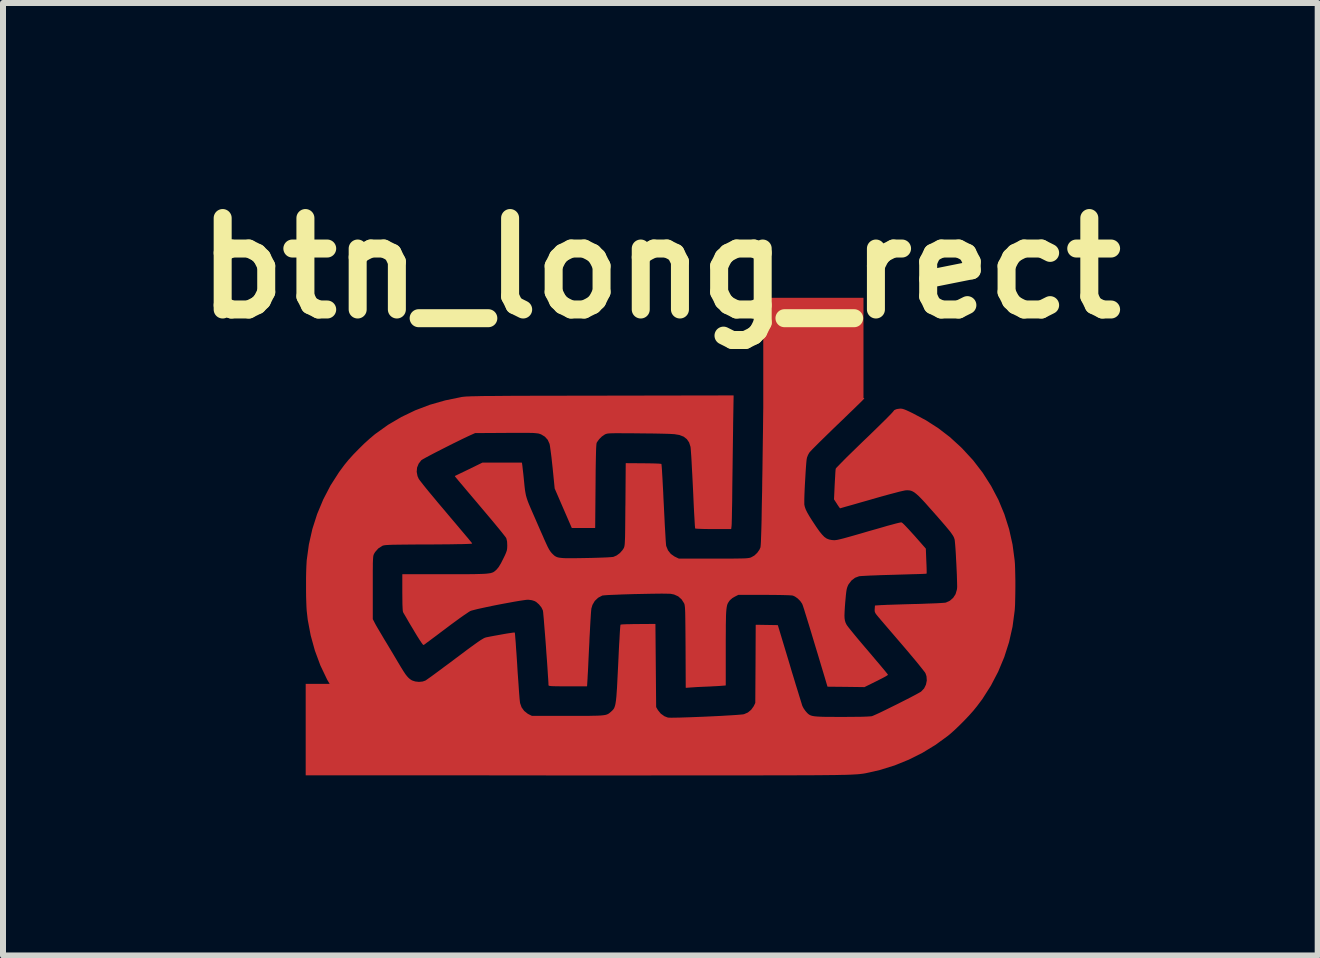
<source format=kicad_pcb>
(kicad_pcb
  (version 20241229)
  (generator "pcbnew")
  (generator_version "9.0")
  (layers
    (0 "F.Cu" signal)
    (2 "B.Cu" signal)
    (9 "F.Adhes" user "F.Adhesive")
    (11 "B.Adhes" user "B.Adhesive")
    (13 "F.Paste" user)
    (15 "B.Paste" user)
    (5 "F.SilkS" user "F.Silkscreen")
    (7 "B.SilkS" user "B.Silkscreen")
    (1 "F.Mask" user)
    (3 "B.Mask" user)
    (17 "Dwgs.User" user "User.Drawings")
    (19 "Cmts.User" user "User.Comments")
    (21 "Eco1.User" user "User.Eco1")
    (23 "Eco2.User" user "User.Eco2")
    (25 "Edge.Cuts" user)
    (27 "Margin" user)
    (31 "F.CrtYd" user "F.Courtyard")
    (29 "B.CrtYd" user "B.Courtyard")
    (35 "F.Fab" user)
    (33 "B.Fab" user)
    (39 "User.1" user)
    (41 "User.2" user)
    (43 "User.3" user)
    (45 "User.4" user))
  (footprint "btn_long_rect"
    (layer "F.Cu")
    (at 7.954 6.708)
    (property "Reference" "btn_long_rect" (at 0 -5.29 0) (layer "F.SilkS") (effects (font (size 1.524 1.524) (thickness 0.3))))
    (attr through_hole)
    (pad "1" smd custom (at -4.41 2.4) (size 3 1.524) (layers "F.Cu" "F.Mask") (options (anchor rect)) (primitives (gr_poly (pts (xy 5.618 -5.099) (xy 5.617 -4.987) (xy 5.615 -4.857) (xy 5.613 -4.714) (xy 5.611 -4.564) (xy 5.609 -4.411) (xy 5.607 -4.26) (xy 5.605 -4.117) (xy 5.604 -4.039) (xy 5.603 -3.923) (xy 5.602 -3.812) (xy 5.6 -3.709) (xy 5.598 -3.616) (xy 5.597 -3.537) (xy 5.595 -3.472) (xy 5.594 -3.426) (xy 5.592 -3.399) (xy 5.592 -3.396) (xy 5.586 -3.347) (xy 5.293 -3.347) (xy 5.213 -3.347) (xy 5.141 -3.348) (xy 5.08 -3.35) (xy 5.033 -3.352) (xy 5.004 -3.354) (xy 4.994 -3.356) (xy 4.993 -3.369) (xy 4.99 -3.403) (xy 4.987 -3.456) (xy 4.983 -3.526) (xy 4.978 -3.61) (xy 4.973 -3.706) (xy 4.968 -3.814) (xy 4.963 -3.929) (xy 4.959 -4.011) (xy 4.953 -4.133) (xy 4.947 -4.25) (xy 4.941 -4.358) (xy 4.936 -4.457) (xy 4.931 -4.543) (xy 4.926 -4.614) (xy 4.922 -4.669) (xy 4.919 -4.704) (xy 4.917 -4.715) (xy 4.894 -4.787) (xy 4.855 -4.844) (xy 4.801 -4.886) (xy 4.729 -4.914) (xy 4.645 -4.928) (xy 4.611 -4.93) (xy 4.558 -4.933) (xy 4.487 -4.935) (xy 4.403 -4.937) (xy 4.307 -4.939) (xy 4.203 -4.94) (xy 4.094 -4.941) (xy 4.035 -4.942) (xy 3.913 -4.943) (xy 3.813 -4.943) (xy 3.731 -4.944) (xy 3.665 -4.944) (xy 3.614 -4.943) (xy 3.575 -4.942) (xy 3.546 -4.94) (xy 3.524 -4.937) (xy 3.509 -4.933) (xy 3.496 -4.929) (xy 3.484 -4.923) (xy 3.479 -4.92) (xy 3.432 -4.888) (xy 3.387 -4.843) (xy 3.353 -4.796) (xy 3.344 -4.78) (xy 3.341 -4.765) (xy 3.338 -4.735) (xy 3.335 -4.688) (xy 3.333 -4.624) (xy 3.331 -4.542) (xy 3.329 -4.44) (xy 3.327 -4.318) (xy 3.326 -4.175) (xy 3.325 -4.057) (xy 3.319 -3.364) (xy 2.938 -3.364) (xy 2.796 -3.691) (xy 2.654 -4.019) (xy 2.62 -4.361) (xy 2.61 -4.451) (xy 2.601 -4.536) (xy 2.591 -4.613) (xy 2.582 -4.679) (xy 2.575 -4.729) (xy 2.569 -4.76) (xy 2.568 -4.764) (xy 2.537 -4.832) (xy 2.488 -4.886) (xy 2.425 -4.924) (xy 2.397 -4.934) (xy 2.379 -4.939) (xy 2.357 -4.942) (xy 2.328 -4.945) (xy 2.292 -4.948) (xy 2.245 -4.949) (xy 2.185 -4.95) (xy 2.11 -4.95) (xy 2.018 -4.95) (xy 1.906 -4.95) (xy 1.828 -4.949) (xy 1.322 -4.946) (xy 1.235 -4.907) (xy 1.177 -4.88) (xy 1.108 -4.847) (xy 1.031 -4.809) (xy 0.949 -4.769) (xy 0.864 -4.726) (xy 0.779 -4.683) (xy 0.697 -4.641) (xy 0.621 -4.602) (xy 0.553 -4.566) (xy 0.497 -4.536) (xy 0.454 -4.512) (xy 0.428 -4.496) (xy 0.423 -4.492) (xy 0.378 -4.434) (xy 0.351 -4.367) (xy 0.345 -4.295) (xy 0.359 -4.222) (xy 0.378 -4.179) (xy 0.391 -4.159) (xy 0.418 -4.124) (xy 0.457 -4.074) (xy 0.506 -4.013) (xy 0.565 -3.941) (xy 0.632 -3.861) (xy 0.704 -3.774) (xy 0.782 -3.682) (xy 0.837 -3.617) (xy 0.915 -3.524) (xy 0.989 -3.437) (xy 1.057 -3.356) (xy 1.118 -3.284) (xy 1.171 -3.221) (xy 1.213 -3.171) (xy 1.244 -3.133) (xy 1.263 -3.11) (xy 1.268 -3.104) (xy 1.257 -3.102) (xy 1.225 -3.1) (xy 1.174 -3.098) (xy 1.105 -3.096) (xy 1.021 -3.095) (xy 0.922 -3.093) (xy 0.812 -3.092) (xy 0.691 -3.091) (xy 0.561 -3.09) (xy 0.546 -3.09) (xy 0.398 -3.09) (xy 0.271 -3.089) (xy 0.163 -3.088) (xy 0.074 -3.087) (xy -0.000052 -3.086) (xy -0.06 -3.085) (xy -0.107 -3.083) (xy -0.143 -3.081) (xy -0.171 -3.079) (xy -0.192 -3.076) (xy -0.207 -3.073) (xy -0.219 -3.069) (xy -0.226 -3.066) (xy -0.293 -3.023) (xy -0.347 -2.962) (xy -0.362 -2.937) (xy -0.368 -2.925) (xy -0.373 -2.913) (xy -0.377 -2.899) (xy -0.38 -2.879) (xy -0.382 -2.853) (xy -0.384 -2.817) (xy -0.386 -2.77) (xy -0.386 -2.71) (xy -0.387 -2.634) (xy -0.387 -2.54) (xy -0.387 -2.426) (xy -0.387 -2.365) (xy -0.387 -1.84) (xy -0.349 -1.767) (xy -0.331 -1.733) (xy -0.303 -1.685) (xy -0.268 -1.626) (xy -0.23 -1.562) (xy -0.198 -1.507) (xy -0.152 -1.432) (xy -0.1 -1.345) (xy -0.046 -1.255) (xy 0.005 -1.169) (xy 0.034 -1.12) (xy 0.083 -1.038) (xy 0.124 -0.972) (xy 0.157 -0.922) (xy 0.186 -0.885) (xy 0.212 -0.857) (xy 0.237 -0.836) (xy 0.263 -0.819) (xy 0.27 -0.815) (xy 0.324 -0.797) (xy 0.387 -0.79) (xy 0.449 -0.796) (xy 0.496 -0.812) (xy 0.513 -0.823) (xy 0.547 -0.847) (xy 0.595 -0.881) (xy 0.655 -0.925) (xy 0.727 -0.978) (xy 0.806 -1.037) (xy 0.893 -1.101) (xy 0.984 -1.169) (xy 0.994 -1.177) (xy 1.1 -1.256) (xy 1.189 -1.323) (xy 1.264 -1.378) (xy 1.325 -1.422) (xy 1.374 -1.457) (xy 1.414 -1.484) (xy 1.445 -1.503) (xy 1.469 -1.517) (xy 1.488 -1.526) (xy 1.504 -1.531) (xy 1.507 -1.532) (xy 1.577 -1.546) (xy 1.651 -1.56) (xy 1.725 -1.573) (xy 1.796 -1.586) (xy 1.86 -1.597) (xy 1.914 -1.605) (xy 1.954 -1.611) (xy 1.976 -1.613) (xy 1.98 -1.613) (xy 1.982 -1.6) (xy 1.985 -1.567) (xy 1.989 -1.515) (xy 1.995 -1.447) (xy 2 -1.365) (xy 2.007 -1.271) (xy 2.014 -1.168) (xy 2.021 -1.058) (xy 2.021 -1.054) (xy 2.028 -0.941) (xy 2.036 -0.833) (xy 2.043 -0.733) (xy 2.049 -0.643) (xy 2.055 -0.566) (xy 2.06 -0.505) (xy 2.065 -0.462) (xy 2.068 -0.44) (xy 2.093 -0.369) (xy 2.137 -0.308) (xy 2.197 -0.26) (xy 2.21 -0.253) (xy 2.268 -0.224) (xy 2.863 -0.224) (xy 3.001 -0.224) (xy 3.119 -0.224) (xy 3.217 -0.224) (xy 3.298 -0.226) (xy 3.364 -0.227) (xy 3.417 -0.23) (xy 3.459 -0.234) (xy 3.492 -0.239) (xy 3.517 -0.246) (xy 3.537 -0.254) (xy 3.554 -0.264) (xy 3.57 -0.276) (xy 3.586 -0.29) (xy 3.604 -0.306) (xy 3.619 -0.321) (xy 3.632 -0.336) (xy 3.644 -0.354) (xy 3.653 -0.377) (xy 3.662 -0.406) (xy 3.669 -0.442) (xy 3.676 -0.488) (xy 3.682 -0.545) (xy 3.687 -0.615) (xy 3.693 -0.7) (xy 3.698 -0.801) (xy 3.704 -0.92) (xy 3.711 -1.059) (xy 3.718 -1.205) (xy 3.723 -1.314) (xy 3.728 -1.415) (xy 3.734 -1.507) (xy 3.738 -1.587) (xy 3.742 -1.653) (xy 3.746 -1.703) (xy 3.749 -1.734) (xy 3.75 -1.744) (xy 3.764 -1.747) (xy 3.796 -1.749) (xy 3.846 -1.751) (xy 3.909 -1.752) (xy 3.982 -1.754) (xy 4.041 -1.754) (xy 4.323 -1.756) (xy 4.335 -0.374) (xy 4.366 -0.321) (xy 4.414 -0.262) (xy 4.476 -0.218) (xy 4.533 -0.196) (xy 4.553 -0.194) (xy 4.595 -0.193) (xy 4.654 -0.194) (xy 4.727 -0.195) (xy 4.813 -0.198) (xy 4.909 -0.201) (xy 5.011 -0.205) (xy 5.117 -0.209) (xy 5.225 -0.214) (xy 5.331 -0.219) (xy 5.434 -0.224) (xy 5.529 -0.23) (xy 5.615 -0.235) (xy 5.689 -0.24) (xy 5.748 -0.245) (xy 5.789 -0.249) (xy 5.808 -0.253) (xy 5.872 -0.281) (xy 5.927 -0.327) (xy 5.968 -0.384) (xy 5.97 -0.387) (xy 5.997 -0.443) (xy 6.001 -1.093) (xy 6.004 -1.742) (xy 6.184 -1.739) (xy 6.364 -1.736) (xy 6.559 -1.09) (xy 6.594 -0.97) (xy 6.629 -0.857) (xy 6.661 -0.75) (xy 6.691 -0.654) (xy 6.717 -0.569) (xy 6.739 -0.498) (xy 6.756 -0.443) (xy 6.767 -0.406) (xy 6.772 -0.392) (xy 6.792 -0.353) (xy 6.821 -0.311) (xy 6.837 -0.292) (xy 6.856 -0.271) (xy 6.874 -0.255) (xy 6.894 -0.241) (xy 6.918 -0.23) (xy 6.948 -0.222) (xy 6.986 -0.216) (xy 7.035 -0.212) (xy 7.097 -0.209) (xy 7.174 -0.207) (xy 7.269 -0.207) (xy 7.383 -0.206) (xy 7.44 -0.206) (xy 7.569 -0.207) (xy 7.68 -0.208) (xy 7.773 -0.209) (xy 7.847 -0.212) (xy 7.901 -0.215) (xy 7.932 -0.218) (xy 7.937 -0.219) (xy 7.96 -0.228) (xy 8.001 -0.246) (xy 8.056 -0.271) (xy 8.123 -0.303) (xy 8.198 -0.34) (xy 8.279 -0.38) (xy 8.362 -0.421) (xy 8.445 -0.463) (xy 8.524 -0.503) (xy 8.597 -0.541) (xy 8.66 -0.574) (xy 8.711 -0.602) (xy 8.747 -0.622) (xy 8.762 -0.633) (xy 8.81 -0.684) (xy 8.841 -0.748) (xy 8.855 -0.818) (xy 8.85 -0.89) (xy 8.833 -0.94) (xy 8.822 -0.958) (xy 8.796 -0.991) (xy 8.759 -1.038) (xy 8.712 -1.097) (xy 8.656 -1.165) (xy 8.592 -1.241) (xy 8.524 -1.322) (xy 8.461 -1.396) (xy 8.387 -1.482) (xy 8.316 -1.565) (xy 8.249 -1.643) (xy 8.188 -1.714) (xy 8.135 -1.776) (xy 8.092 -1.826) (xy 8.061 -1.863) (xy 8.046 -1.88) (xy 8.015 -1.918) (xy 7.997 -1.944) (xy 7.988 -1.966) (xy 7.986 -1.989) (xy 7.987 -2.009) (xy 7.991 -2.063) (xy 8.097 -2.07) (xy 8.132 -2.071) (xy 8.187 -2.074) (xy 8.259 -2.076) (xy 8.344 -2.079) (xy 8.44 -2.082) (xy 8.542 -2.085) (xy 8.648 -2.088) (xy 8.666 -2.088) (xy 8.769 -2.091) (xy 8.865 -2.095) (xy 8.953 -2.098) (xy 9.03 -2.101) (xy 9.092 -2.105) (xy 9.138 -2.108) (xy 9.164 -2.111) (xy 9.167 -2.111) (xy 9.237 -2.143) (xy 9.293 -2.192) (xy 9.334 -2.255) (xy 9.356 -2.33) (xy 9.36 -2.357) (xy 9.361 -2.39) (xy 9.36 -2.44) (xy 9.358 -2.505) (xy 9.356 -2.581) (xy 9.352 -2.665) (xy 9.348 -2.752) (xy 9.343 -2.839) (xy 9.339 -2.924) (xy 9.334 -3.002) (xy 9.329 -3.069) (xy 9.324 -3.123) (xy 9.32 -3.16) (xy 9.317 -3.174) (xy 9.31 -3.195) (xy 9.301 -3.216) (xy 9.287 -3.24) (xy 9.268 -3.268) (xy 9.243 -3.303) (xy 9.208 -3.345) (xy 9.164 -3.398) (xy 9.109 -3.462) (xy 9.041 -3.54) (xy 8.974 -3.616) (xy 8.893 -3.707) (xy 8.826 -3.783) (xy 8.769 -3.844) (xy 8.722 -3.892) (xy 8.682 -3.928) (xy 8.648 -3.955) (xy 8.618 -3.973) (xy 8.59 -3.985) (xy 8.562 -3.991) (xy 8.532 -3.993) (xy 8.515 -3.993) (xy 8.489 -3.991) (xy 8.446 -3.982) (xy 8.386 -3.968) (xy 8.307 -3.947) (xy 8.208 -3.921) (xy 8.089 -3.888) (xy 7.948 -3.848) (xy 7.932 -3.843) (xy 7.827 -3.813) (xy 7.728 -3.785) (xy 7.639 -3.759) (xy 7.561 -3.737) (xy 7.496 -3.719) (xy 7.448 -3.705) (xy 7.417 -3.696) (xy 7.406 -3.693) (xy 7.399 -3.702) (xy 7.382 -3.726) (xy 7.36 -3.759) (xy 7.356 -3.766) (xy 7.309 -3.838) (xy 7.32 -4.08) (xy 7.324 -4.154) (xy 7.328 -4.221) (xy 7.331 -4.277) (xy 7.334 -4.319) (xy 7.337 -4.343) (xy 7.337 -4.345) (xy 7.346 -4.358) (xy 7.371 -4.384) (xy 7.409 -4.423) (xy 7.459 -4.474) (xy 7.519 -4.535) (xy 7.589 -4.603) (xy 7.667 -4.679) (xy 7.75 -4.76) (xy 7.805 -4.813) (xy 7.892 -4.896) (xy 7.974 -4.976) (xy 8.051 -5.051) (xy 8.119 -5.118) (xy 8.179 -5.177) (xy 8.227 -5.226) (xy 8.263 -5.263) (xy 8.284 -5.286) (xy 8.29 -5.293) (xy 8.312 -5.32) (xy 8.344 -5.334) (xy 8.361 -5.338) (xy 8.391 -5.342) (xy 8.416 -5.344) (xy 8.44 -5.341) (xy 8.468 -5.333) (xy 8.504 -5.319) (xy 8.552 -5.297) (xy 8.616 -5.266) (xy 8.616 -5.266) (xy 8.834 -5.15) (xy 9.038 -5.019) (xy 9.23 -4.872) (xy 9.414 -4.704) (xy 9.438 -4.68) (xy 9.618 -4.485) (xy 9.778 -4.277) (xy 9.918 -4.057) (xy 10.039 -3.827) (xy 10.138 -3.588) (xy 10.217 -3.339) (xy 10.274 -3.083) (xy 10.309 -2.821) (xy 10.314 -2.759) (xy 10.317 -2.679) (xy 10.319 -2.585) (xy 10.321 -2.483) (xy 10.321 -2.376) (xy 10.32 -2.271) (xy 10.318 -2.172) (xy 10.316 -2.084) (xy 10.312 -2.011) (xy 10.309 -1.979) (xy 10.274 -1.716) (xy 10.216 -1.459) (xy 10.136 -1.209) (xy 10.035 -0.967) (xy 9.914 -0.735) (xy 9.772 -0.512) (xy 9.682 -0.392) (xy 9.622 -0.318) (xy 9.549 -0.236) (xy 9.468 -0.151) (xy 9.384 -0.067) (xy 9.303 0.01) (xy 9.228 0.076) (xy 9.201 0.098) (xy 8.996 0.248) (xy 8.778 0.381) (xy 8.549 0.496) (xy 8.313 0.592) (xy 8.072 0.667) (xy 7.954 0.695) (xy 7.926 0.701) (xy 7.901 0.707) (xy 7.877 0.712) (xy 7.854 0.717) (xy 7.831 0.722) (xy 7.808 0.726) (xy 7.782 0.73) (xy 7.755 0.733) (xy 7.723 0.737) (xy 7.688 0.74) (xy 7.647 0.742) (xy 7.6 0.745) (xy 7.547 0.747) (xy 7.486 0.749) (xy 7.416 0.75) (xy 7.337 0.752) (xy 7.247 0.753) (xy 7.146 0.754) (xy 7.034 0.755) (xy 6.908 0.756) (xy 6.769 0.756) (xy 6.615 0.757) (xy 6.446 0.757) (xy 6.26 0.757) (xy 6.057 0.758) (xy 5.836 0.758) (xy 5.597 0.758) (xy 5.337 0.758) (xy 5.057 0.758) (xy 4.755 0.758) (xy 4.473 0.758) (xy 4.205 0.759) (xy 3.943 0.759) (xy 3.687 0.759) (xy 3.439 0.759) (xy 3.2 0.759) (xy 2.97 0.759) (xy 2.751 0.759) (xy 2.544 0.759) (xy 2.349 0.758) (xy 2.167 0.758) (xy 2 0.758) (xy 1.848 0.758) (xy 1.712 0.758) (xy 1.594 0.758) (xy 1.493 0.757) (xy 1.412 0.757) (xy 1.351 0.757) (xy 1.311 0.756) (xy 1.293 0.756) (xy 1.293 0.756) (xy 1.026 0.721) (xy 0.773 0.668) (xy 0.533 0.597) (xy 0.303 0.508) (xy 0.083 0.4) (xy -0.13 0.272) (xy -0.335 0.124) (xy -0.416 0.057) (xy -0.506 -0.024) (xy -0.599 -0.113) (xy -0.689 -0.206) (xy -0.772 -0.296) (xy -0.841 -0.38) (xy -0.851 -0.392) (xy -1.004 -0.608) (xy -1.138 -0.835) (xy -1.251 -1.072) (xy -1.342 -1.318) (xy -1.412 -1.571) (xy -1.461 -1.831) (xy -1.478 -1.979) (xy -1.482 -2.041) (xy -1.485 -2.121) (xy -1.488 -2.215) (xy -1.489 -2.317) (xy -1.489 -2.424) (xy -1.489 -2.529) (xy -1.487 -2.628) (xy -1.484 -2.716) (xy -1.48 -2.789) (xy -1.478 -2.821) (xy -1.442 -3.084) (xy -1.384 -3.341) (xy -1.304 -3.591) (xy -1.203 -3.833) (xy -1.082 -4.066) (xy -0.939 -4.289) (xy -0.851 -4.408) (xy -0.784 -4.49) (xy -0.703 -4.58) (xy -0.613 -4.672) (xy -0.521 -4.763) (xy -0.43 -4.845) (xy -0.347 -4.915) (xy -0.335 -4.924) (xy -0.124 -5.075) (xy 0.097 -5.205) (xy 0.328 -5.316) (xy 0.57 -5.408) (xy 0.825 -5.481) (xy 1.093 -5.536) (xy 1.102 -5.538) (xy 1.118 -5.54) (xy 1.136 -5.542) (xy 1.158 -5.544) (xy 1.185 -5.546) (xy 1.218 -5.547) (xy 1.257 -5.549) (xy 1.304 -5.55) (xy 1.36 -5.551) (xy 1.426 -5.553) (xy 1.502 -5.554) (xy 1.59 -5.554) (xy 1.691 -5.555) (xy 1.806 -5.556) (xy 1.935 -5.557) (xy 2.08 -5.557) (xy 2.242 -5.558) (xy 2.422 -5.558) (xy 2.62 -5.559) (xy 2.839 -5.559) (xy 3.078 -5.56) (xy 3.338 -5.56) (xy 3.422 -5.56) (xy 5.626 -5.564) (xy 5.618 -5.099)) (width 0.01) (fill yes))))
    (pad "2" smd custom (at 2.55 -3.96) (size 1.67 1.67) (layers "F.Cu" "F.Mask") (options (anchor rect)) (primitives (gr_poly (pts (xy -0.094 0.799) (xy 0.077 0.801) (xy 0.226 0.802) (xy 0.354 0.804) (xy 0.462 0.806) (xy 0.552 0.808) (xy 0.625 0.81) (xy 0.681 0.813) (xy 0.723 0.817) (xy 0.743 0.819) (xy 0.788 0.827) (xy 0.822 0.834) (xy 0.841 0.84) (xy 0.843 0.841) (xy 0.835 0.85) (xy 0.812 0.874) (xy 0.775 0.911) (xy 0.725 0.959) (xy 0.666 1.017) (xy 0.597 1.083) (xy 0.521 1.157) (xy 0.439 1.236) (xy 0.397 1.276) (xy 0.312 1.358) (xy 0.231 1.437) (xy 0.156 1.51) (xy 0.088 1.577) (xy 0.03 1.635) (xy -0.017 1.682) (xy -0.051 1.718) (xy -0.07 1.74) (xy -0.074 1.745) (xy -0.095 1.784) (xy -0.111 1.826) (xy -0.112 1.831) (xy -0.117 1.857) (xy -0.122 1.902) (xy -0.127 1.963) (xy -0.132 2.036) (xy -0.137 2.117) (xy -0.142 2.203) (xy -0.147 2.29) (xy -0.151 2.374) (xy -0.154 2.451) (xy -0.156 2.518) (xy -0.156 2.571) (xy -0.156 2.607) (xy -0.155 2.615) (xy -0.147 2.651) (xy -0.132 2.693) (xy -0.107 2.744) (xy -0.072 2.805) (xy -0.025 2.88) (xy 0.034 2.969) (xy 0.044 2.984) (xy 0.096 3.058) (xy 0.141 3.113) (xy 0.181 3.154) (xy 0.22 3.181) (xy 0.261 3.197) (xy 0.307 3.206) (xy 0.323 3.207) (xy 0.337 3.208) (xy 0.349 3.209) (xy 0.363 3.208) (xy 0.379 3.206) (xy 0.4 3.203) (xy 0.427 3.197) (xy 0.461 3.189) (xy 0.505 3.178) (xy 0.559 3.163) (xy 0.627 3.144) (xy 0.708 3.121) (xy 0.806 3.093) (xy 0.921 3.059) (xy 1.056 3.021) (xy 1.16 2.991) (xy 1.238 2.968) (xy 1.31 2.949) (xy 1.372 2.932) (xy 1.421 2.92) (xy 1.454 2.913) (xy 1.467 2.912) (xy 1.481 2.921) (xy 1.507 2.945) (xy 1.543 2.982) (xy 1.588 3.03) (xy 1.638 3.085) (xy 1.679 3.13) (xy 1.869 3.346) (xy 1.877 3.55) (xy 1.88 3.616) (xy 1.882 3.673) (xy 1.883 3.718) (xy 1.883 3.748) (xy 1.882 3.757) (xy 1.87 3.758) (xy 1.837 3.76) (xy 1.786 3.762) (xy 1.718 3.764) (xy 1.637 3.766) (xy 1.544 3.769) (xy 1.442 3.772) (xy 1.347 3.775) (xy 1.236 3.778) (xy 1.131 3.781) (xy 1.033 3.785) (xy 0.947 3.788) (xy 0.873 3.792) (xy 0.816 3.795) (xy 0.776 3.798) (xy 0.76 3.8) (xy 0.691 3.826) (xy 0.631 3.872) (xy 0.584 3.934) (xy 0.576 3.948) (xy 0.565 3.973) (xy 0.556 3.998) (xy 0.549 4.027) (xy 0.543 4.065) (xy 0.537 4.116) (xy 0.531 4.183) (xy 0.526 4.237) (xy 0.519 4.33) (xy 0.515 4.404) (xy 0.513 4.461) (xy 0.515 4.507) (xy 0.521 4.544) (xy 0.53 4.575) (xy 0.544 4.605) (xy 0.546 4.609) (xy 0.558 4.628) (xy 0.584 4.663) (xy 0.622 4.71) (xy 0.67 4.769) (xy 0.727 4.838) (xy 0.79 4.913) (xy 0.858 4.993) (xy 0.904 5.047) (xy 0.973 5.128) (xy 1.037 5.204) (xy 1.095 5.272) (xy 1.145 5.332) (xy 1.186 5.381) (xy 1.216 5.418) (xy 1.233 5.44) (xy 1.237 5.446) (xy 1.227 5.454) (xy 1.2 5.47) (xy 1.158 5.493) (xy 1.105 5.52) (xy 1.044 5.551) (xy 1.044 5.551) (xy 0.85 5.647) (xy 0.545 5.643) (xy 0.239 5.64) (xy 0.191 5.478) (xy 0.133 5.286) (xy 0.082 5.115) (xy 0.036 4.964) (xy -0.004 4.831) (xy -0.039 4.715) (xy -0.069 4.616) (xy -0.095 4.532) (xy -0.117 4.461) (xy -0.135 4.404) (xy -0.149 4.357) (xy -0.161 4.321) (xy -0.17 4.294) (xy -0.177 4.275) (xy -0.182 4.263) (xy -0.184 4.259) (xy -0.215 4.214) (xy -0.258 4.171) (xy -0.305 4.138) (xy -0.341 4.122) (xy -0.365 4.119) (xy -0.411 4.116) (xy -0.477 4.114) (xy -0.562 4.112) (xy -0.664 4.111) (xy -0.781 4.11) (xy -0.819 4.11) (xy -1.252 4.11) (xy -1.311 4.14) (xy -1.352 4.164) (xy -1.388 4.195) (xy -1.403 4.211) (xy -1.415 4.229) (xy -1.426 4.246) (xy -1.436 4.266) (xy -1.443 4.289) (xy -1.449 4.319) (xy -1.454 4.356) (xy -1.458 4.403) (xy -1.461 4.461) (xy -1.462 4.533) (xy -1.464 4.62) (xy -1.464 4.725) (xy -1.465 4.848) (xy -1.465 4.993) (xy -1.465 5.62) (xy -1.554 5.627) (xy -1.601 5.63) (xy -1.662 5.633) (xy -1.732 5.637) (xy -1.801 5.64) (xy -1.805 5.64) (xy -1.872 5.643) (xy -1.939 5.646) (xy -1.997 5.65) (xy -2.041 5.653) (xy -2.044 5.653) (xy -2.122 5.659) (xy -2.125 4.98) (xy -2.126 4.837) (xy -2.127 4.715) (xy -2.128 4.612) (xy -2.129 4.527) (xy -2.13 4.458) (xy -2.131 4.402) (xy -2.133 4.359) (xy -2.135 4.325) (xy -2.138 4.3) (xy -2.141 4.281) (xy -2.144 4.267) (xy -2.149 4.256) (xy -2.149 4.254) (xy -2.192 4.187) (xy -2.249 4.136) (xy -2.32 4.104) (xy -2.379 4.092) (xy -2.41 4.091) (xy -2.46 4.09) (xy -2.526 4.089) (xy -2.605 4.09) (xy -2.694 4.091) (xy -2.79 4.093) (xy -2.891 4.095) (xy -2.993 4.097) (xy -3.093 4.1) (xy -3.19 4.103) (xy -3.279 4.107) (xy -3.359 4.11) (xy -3.426 4.113) (xy -3.477 4.117) (xy -3.51 4.12) (xy -3.52 4.122) (xy -3.59 4.159) (xy -3.647 4.213) (xy -3.686 4.28) (xy -3.704 4.341) (xy -3.707 4.366) (xy -3.711 4.411) (xy -3.715 4.474) (xy -3.72 4.552) (xy -3.725 4.641) (xy -3.73 4.74) (xy -3.736 4.846) (xy -3.738 4.907) (xy -3.744 5.017) (xy -3.749 5.124) (xy -3.754 5.226) (xy -3.758 5.318) (xy -3.762 5.397) (xy -3.766 5.461) (xy -3.768 5.507) (xy -3.769 5.522) (xy -3.776 5.634) (xy -4.093 5.634) (xy -4.191 5.634) (xy -4.268 5.633) (xy -4.326 5.632) (xy -4.367 5.63) (xy -4.393 5.627) (xy -4.406 5.623) (xy -4.409 5.62) (xy -4.41 5.584) (xy -4.413 5.53) (xy -4.418 5.461) (xy -4.423 5.379) (xy -4.429 5.288) (xy -4.436 5.189) (xy -4.444 5.085) (xy -4.451 4.979) (xy -4.459 4.874) (xy -4.467 4.772) (xy -4.475 4.676) (xy -4.482 4.589) (xy -4.488 4.513) (xy -4.494 4.45) (xy -4.498 4.404) (xy -4.502 4.378) (xy -4.503 4.372) (xy -4.528 4.321) (xy -4.569 4.27) (xy -4.616 4.229) (xy -4.645 4.213) (xy -4.689 4.199) (xy -4.741 4.192) (xy -4.755 4.191) (xy -4.787 4.193) (xy -4.837 4.2) (xy -4.903 4.21) (xy -4.98 4.223) (xy -5.067 4.239) (xy -5.16 4.256) (xy -5.255 4.274) (xy -5.35 4.293) (xy -5.441 4.312) (xy -5.524 4.33) (xy -5.597 4.346) (xy -5.656 4.361) (xy -5.698 4.372) (xy -5.717 4.379) (xy -5.74 4.392) (xy -5.778 4.418) (xy -5.83 4.453) (xy -5.894 4.498) (xy -5.965 4.55) (xy -6.043 4.607) (xy -6.124 4.668) (xy -6.129 4.672) (xy -6.208 4.731) (xy -6.282 4.787) (xy -6.348 4.836) (xy -6.404 4.878) (xy -6.449 4.911) (xy -6.479 4.934) (xy -6.494 4.944) (xy -6.494 4.945) (xy -6.505 4.938) (xy -6.525 4.911) (xy -6.556 4.865) (xy -6.596 4.802) (xy -6.645 4.721) (xy -6.663 4.69) (xy -6.706 4.619) (xy -6.745 4.553) (xy -6.778 4.495) (xy -6.805 4.449) (xy -6.824 4.417) (xy -6.832 4.402) (xy -6.837 4.381) (xy -6.84 4.336) (xy -6.843 4.268) (xy -6.844 4.177) (xy -6.845 4.076) (xy -6.845 3.775) (xy -6.137 3.775) (xy -5.984 3.775) (xy -5.853 3.775) (xy -5.74 3.775) (xy -5.646 3.774) (xy -5.568 3.772) (xy -5.503 3.77) (xy -5.451 3.767) (xy -5.41 3.762) (xy -5.377 3.757) (xy -5.351 3.749) (xy -5.331 3.741) (xy -5.314 3.73) (xy -5.298 3.717) (xy -5.282 3.703) (xy -5.274 3.695) (xy -5.24 3.654) (xy -5.202 3.591) (xy -5.163 3.514) (xy -5.135 3.457) (xy -5.117 3.415) (xy -5.105 3.381) (xy -5.099 3.352) (xy -5.097 3.321) (xy -5.096 3.29) (xy -5.099 3.225) (xy -5.11 3.177) (xy -5.116 3.163) (xy -5.127 3.147) (xy -5.152 3.115) (xy -5.189 3.068) (xy -5.236 3.01) (xy -5.292 2.942) (xy -5.356 2.865) (xy -5.426 2.782) (xy -5.5 2.694) (xy -5.518 2.673) (xy -5.593 2.584) (xy -5.665 2.499) (xy -5.732 2.42) (xy -5.792 2.349) (xy -5.843 2.288) (xy -5.885 2.239) (xy -5.915 2.203) (xy -5.932 2.182) (xy -5.934 2.18) (xy -5.969 2.137) (xy -5.741 2.027) (xy -5.514 1.916) (xy -4.861 1.916) (xy -4.854 1.966) (xy -4.851 1.993) (xy -4.846 2.038) (xy -4.839 2.097) (xy -4.832 2.165) (xy -4.825 2.235) (xy -4.818 2.306) (xy -4.811 2.365) (xy -4.803 2.414) (xy -4.794 2.46) (xy -4.781 2.505) (xy -4.765 2.553) (xy -4.743 2.609) (xy -4.714 2.677) (xy -4.678 2.76) (xy -4.663 2.794) (xy -4.628 2.874) (xy -4.588 2.966) (xy -4.547 3.06) (xy -4.508 3.147) (xy -4.494 3.181) (xy -4.459 3.258) (xy -4.431 3.318) (xy -4.407 3.363) (xy -4.385 3.396) (xy -4.364 3.422) (xy -4.36 3.426) (xy -4.338 3.448) (xy -4.318 3.466) (xy -4.296 3.48) (xy -4.272 3.491) (xy -4.241 3.499) (xy -4.202 3.504) (xy -4.153 3.508) (xy -4.09 3.509) (xy -4.011 3.509) (xy -3.915 3.508) (xy -3.797 3.506) (xy -3.796 3.506) (xy -3.689 3.504) (xy -3.591 3.501) (xy -3.505 3.498) (xy -3.433 3.495) (xy -3.377 3.491) (xy -3.341 3.488) (xy -3.33 3.486) (xy -3.275 3.462) (xy -3.221 3.422) (xy -3.176 3.371) (xy -3.159 3.344) (xy -3.153 3.334) (xy -3.149 3.323) (xy -3.145 3.31) (xy -3.142 3.293) (xy -3.139 3.27) (xy -3.137 3.239) (xy -3.135 3.198) (xy -3.133 3.146) (xy -3.132 3.08) (xy -3.131 2.999) (xy -3.13 2.901) (xy -3.129 2.785) (xy -3.128 2.647) (xy -3.127 2.611) (xy -3.122 1.925) (xy -2.833 1.927) (xy -2.753 1.928) (xy -2.682 1.929) (xy -2.621 1.931) (xy -2.574 1.933) (xy -2.545 1.936) (xy -2.537 1.937) (xy -2.535 1.95) (xy -2.532 1.984) (xy -2.528 2.036) (xy -2.524 2.106) (xy -2.519 2.19) (xy -2.514 2.287) (xy -2.508 2.394) (xy -2.503 2.51) (xy -2.498 2.603) (xy -2.492 2.726) (xy -2.486 2.842) (xy -2.481 2.95) (xy -2.475 3.048) (xy -2.47 3.133) (xy -2.466 3.204) (xy -2.462 3.257) (xy -2.459 3.291) (xy -2.457 3.302) (xy -2.427 3.375) (xy -2.379 3.436) (xy -2.315 3.481) (xy -2.312 3.482) (xy -2.244 3.515) (xy -1.667 3.515) (xy -1.535 3.515) (xy -1.425 3.515) (xy -1.334 3.515) (xy -1.259 3.514) (xy -1.199 3.513) (xy -1.153 3.512) (xy -1.116 3.51) (xy -1.089 3.507) (xy -1.068 3.504) (xy -1.051 3.5) (xy -1.037 3.495) (xy -1.035 3.494) (xy -0.981 3.464) (xy -0.932 3.418) (xy -0.894 3.364) (xy -0.877 3.325) (xy -0.875 3.309) (xy -0.872 3.277) (xy -0.869 3.229) (xy -0.867 3.165) (xy -0.864 3.083) (xy -0.861 2.983) (xy -0.858 2.864) (xy -0.856 2.725) (xy -0.853 2.565) (xy -0.849 2.383) (xy -0.847 2.208) (xy -0.844 2.048) (xy -0.842 1.892) (xy -0.84 1.741) (xy -0.838 1.598) (xy -0.836 1.463) (xy -0.834 1.341) (xy -0.833 1.231) (xy -0.832 1.137) (xy -0.831 1.06) (xy -0.83 1.002) (xy -0.83 0.966) (xy -0.83 0.795) (xy -0.094 0.799)) (width 0.01) (fill yes)))))
  (gr_rect
    (start -3 -3)
    (end 18.908 12.872)
    (stroke (width 0.1) (type default))
    (fill no)
    (layer "Edge.Cuts")))
</source>
